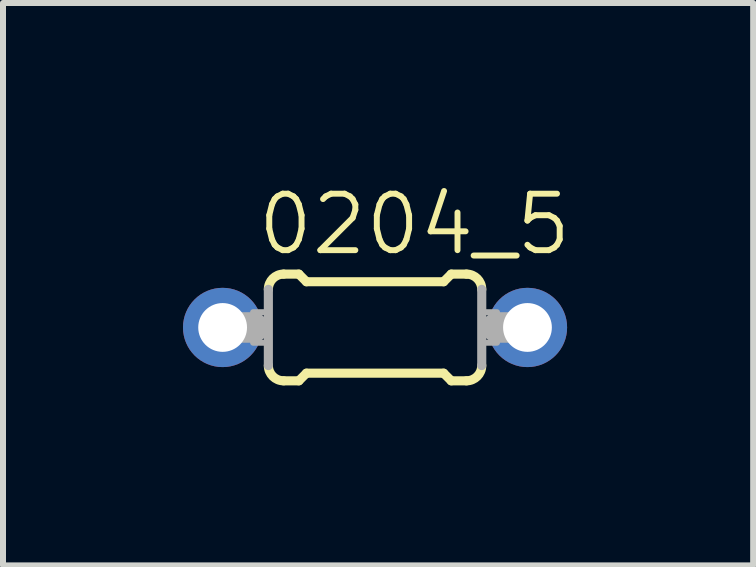
<source format=kicad_pcb>
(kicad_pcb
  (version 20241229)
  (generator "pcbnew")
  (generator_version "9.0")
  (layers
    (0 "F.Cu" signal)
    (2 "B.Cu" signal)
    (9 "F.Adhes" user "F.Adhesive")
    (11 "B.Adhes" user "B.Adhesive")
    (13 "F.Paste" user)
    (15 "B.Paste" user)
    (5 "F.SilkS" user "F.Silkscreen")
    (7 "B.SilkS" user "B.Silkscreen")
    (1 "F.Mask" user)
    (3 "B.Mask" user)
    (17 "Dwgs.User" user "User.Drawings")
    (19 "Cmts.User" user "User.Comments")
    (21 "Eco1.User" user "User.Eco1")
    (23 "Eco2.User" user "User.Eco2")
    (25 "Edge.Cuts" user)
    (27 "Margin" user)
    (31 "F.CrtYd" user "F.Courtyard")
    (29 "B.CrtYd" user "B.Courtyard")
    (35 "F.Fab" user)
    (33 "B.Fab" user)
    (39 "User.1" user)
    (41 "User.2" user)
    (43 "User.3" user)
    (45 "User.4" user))
  (footprint "0204_5"
    (layer "F.Cu")
    (at 3.2 2.407)
    (property "Reference" "0204_5" (at -2.007 -1.168 0) (layer "F.SilkS") (effects (font (size 0.941 0.941) (thickness 0.099)) (justify left bottom)))
    (attr through_hole)
    (fp_line (start -1.524 -0.889) (end -1.27 -0.889) (stroke (width 0.152) (type solid)) (layer "F.SilkS"))
    (fp_line (start -1.524 0.889) (end -1.27 0.889) (stroke (width 0.152) (type solid)) (layer "F.SilkS"))
    (fp_line (start -1.143 -0.762) (end -1.27 -0.889) (stroke (width 0.152) (type solid)) (layer "F.SilkS"))
    (fp_line (start -1.143 0.762) (end -1.27 0.889) (stroke (width 0.152) (type solid)) (layer "F.SilkS"))
    (fp_line (start 1.143 -0.762) (end -1.143 -0.762) (stroke (width 0.152) (type solid)) (layer "F.SilkS"))
    (fp_line (start 1.143 -0.762) (end 1.27 -0.889) (stroke (width 0.152) (type solid)) (layer "F.SilkS"))
    (fp_line (start 1.143 0.762) (end -1.143 0.762) (stroke (width 0.152) (type solid)) (layer "F.SilkS"))
    (fp_line (start 1.143 0.762) (end 1.27 0.889) (stroke (width 0.152) (type solid)) (layer "F.SilkS"))
    (fp_line (start 1.524 -0.889) (end 1.27 -0.889) (stroke (width 0.152) (type solid)) (layer "F.SilkS"))
    (fp_line (start 1.524 0.889) (end 1.27 0.889) (stroke (width 0.152) (type solid)) (layer "F.SilkS"))
    (fp_arc (start -1.778 -0.635) (mid -1.703605 -0.814605) (end -1.524 -0.889) (stroke (width 0.1524) (type solid)) (layer "F.SilkS"))
    (fp_arc (start -1.524 0.889) (mid -1.703605 0.814605) (end -1.778 0.635) (stroke (width 0.1524) (type solid)) (layer "F.SilkS"))
    (fp_arc (start 1.524 -0.889) (mid 1.703605 -0.814605) (end 1.778 -0.635) (stroke (width 0.1524) (type solid)) (layer "F.SilkS"))
    (fp_arc (start 1.778 0.635) (mid 1.703605 0.814605) (end 1.524 0.889) (stroke (width 0.1524) (type solid)) (layer "F.SilkS"))
    (fp_line (start -2.54 0) (end -2.032 0) (stroke (width 0.508) (type solid)) (layer "F.Fab"))
    (fp_line (start -1.778 0.635) (end -1.778 -0.635) (stroke (width 0.152) (type solid)) (layer "F.Fab"))
    (fp_line (start 1.778 0.635) (end 1.778 -0.635) (stroke (width 0.152) (type solid)) (layer "F.Fab"))
    (fp_line (start 2.54 0) (end 2.032 0) (stroke (width 0.508) (type solid)) (layer "F.Fab"))
    (fp_poly (pts (xy -2.032 0.254) (xy -1.778 0.254) (xy -1.778 -0.254) (xy -2.032 -0.254)) (stroke (width 0.1) (type solid)) (fill no) (layer "F.Fab"))
    (fp_poly (pts (xy 1.778 0.254) (xy 2.032 0.254) (xy 2.032 -0.254) (xy 1.778 -0.254)) (stroke (width 0.1) (type solid)) (fill no) (layer "F.Fab"))
    (pad "1" thru_hole circle (at -2.54 0) (size 1.321 1.321) (drill 0.813) (layers "*.Cu" "*.Mask"))
    (pad "2" thru_hole circle (at 2.54 0) (size 1.321 1.321) (drill 0.813) (layers "*.Cu" "*.Mask")))
  (gr_rect
    (start -3 -3)
    (end 9.501 6.372)
    (stroke (width 0.1) (type default))
    (fill no)
    (layer "Edge.Cuts")))
</source>
